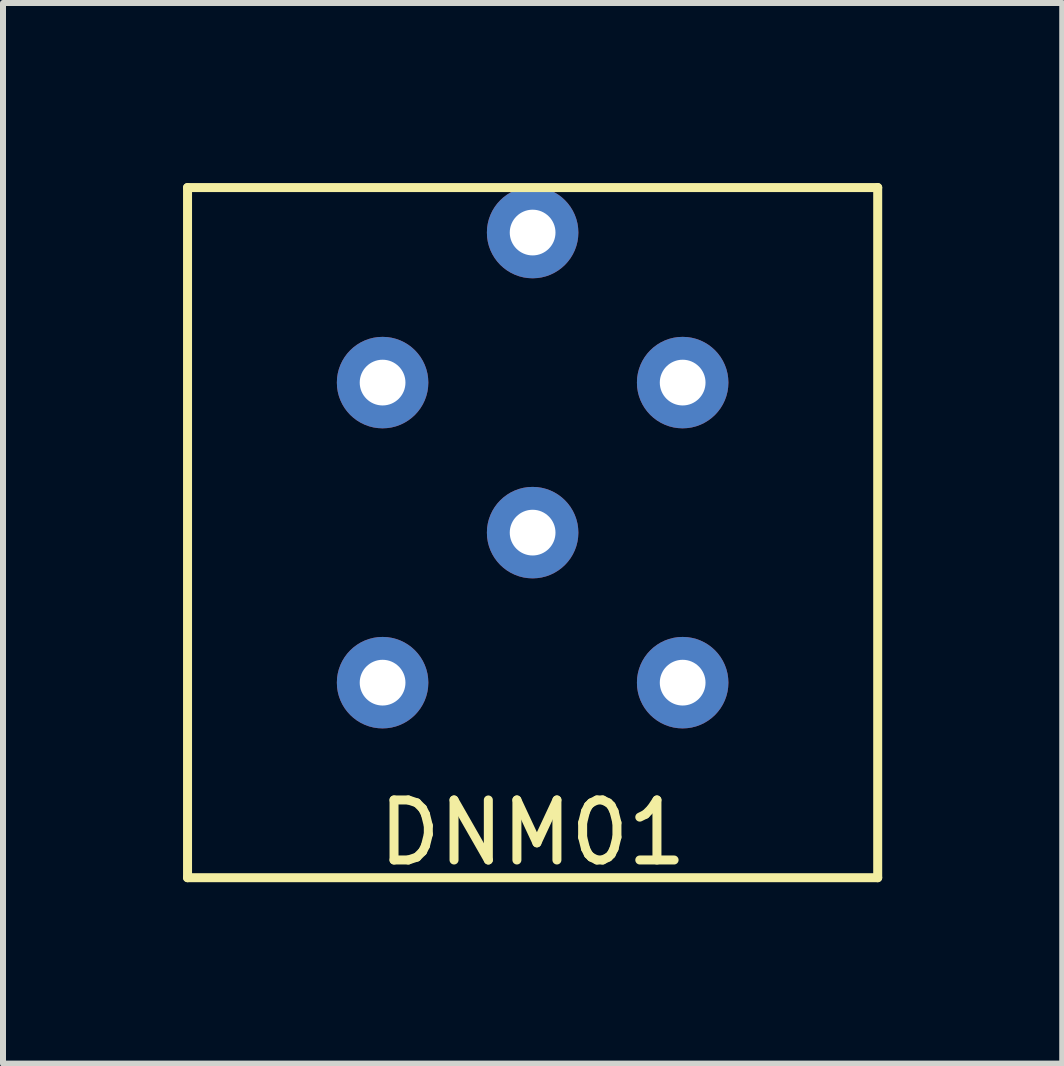
<source format=kicad_pcb>
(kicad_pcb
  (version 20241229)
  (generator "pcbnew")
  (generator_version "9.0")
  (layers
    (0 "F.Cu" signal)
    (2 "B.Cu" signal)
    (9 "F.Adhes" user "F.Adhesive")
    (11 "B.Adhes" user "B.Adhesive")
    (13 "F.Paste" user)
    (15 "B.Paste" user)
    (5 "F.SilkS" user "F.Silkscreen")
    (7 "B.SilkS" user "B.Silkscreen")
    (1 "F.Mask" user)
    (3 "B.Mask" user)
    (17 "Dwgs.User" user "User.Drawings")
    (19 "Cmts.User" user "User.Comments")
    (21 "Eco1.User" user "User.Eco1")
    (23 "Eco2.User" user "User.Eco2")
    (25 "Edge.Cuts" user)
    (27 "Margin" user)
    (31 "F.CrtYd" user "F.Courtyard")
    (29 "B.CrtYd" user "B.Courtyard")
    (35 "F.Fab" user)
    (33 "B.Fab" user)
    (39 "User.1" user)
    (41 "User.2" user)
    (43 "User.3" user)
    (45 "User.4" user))
  (footprint "DNM01"
    (layer "F.Cu")
    (at 5.825 5.825)
    (property "Reference" "DNM01" (at 0 5 0) (layer "F.SilkS") (effects (font (size 1 1) (thickness 0.15))))
    (attr through_hole)
    (fp_line (start -5.75 -5.75) (end 5.75 -5.75) (stroke (width 0.15) (type solid)) (layer "F.SilkS"))
    (fp_line (start -5.75 5.75) (end -5.75 -5.75) (stroke (width 0.15) (type solid)) (layer "F.SilkS"))
    (fp_line (start 5.75 -5.75) (end 5.75 5.75) (stroke (width 0.15) (type solid)) (layer "F.SilkS"))
    (fp_line (start 5.75 5.75) (end -5.75 5.75) (stroke (width 0.15) (type solid)) (layer "F.SilkS"))
    (pad "1" thru_hole circle (at -2.5 -2.5) (size 1.524 1.524) (drill 0.762) (layers "*.Cu" "*.Mask"))
    (pad "2" thru_hole circle (at 0 -5) (size 1.524 1.524) (drill 0.762) (layers "*.Cu" "*.Mask"))
    (pad "3" thru_hole circle (at -2.5 2.5) (size 1.524 1.524) (drill 0.762) (layers "*.Cu" "*.Mask"))
    (pad "4" thru_hole circle (at 2.5 -2.5) (size 1.524 1.524) (drill 0.762) (layers "*.Cu" "*.Mask"))
    (pad "5" thru_hole circle (at 0 0) (size 1.524 1.524) (drill 0.762) (layers "*.Cu" "*.Mask"))
    (pad "6" thru_hole circle (at 2.5 2.5) (size 1.524 1.524) (drill 0.762) (layers "*.Cu" "*.Mask")))
  (gr_rect
    (start -3 -3)
    (end 14.65 14.673)
    (stroke (width 0.1) (type default))
    (fill no)
    (layer "Edge.Cuts")))
</source>
